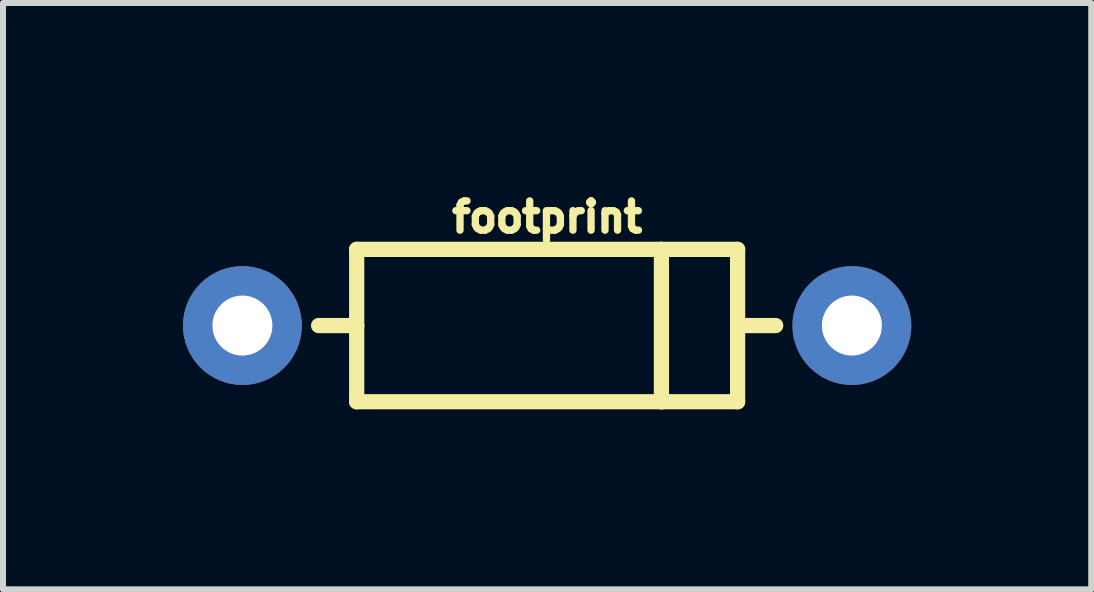
<source format=kicad_pcb>
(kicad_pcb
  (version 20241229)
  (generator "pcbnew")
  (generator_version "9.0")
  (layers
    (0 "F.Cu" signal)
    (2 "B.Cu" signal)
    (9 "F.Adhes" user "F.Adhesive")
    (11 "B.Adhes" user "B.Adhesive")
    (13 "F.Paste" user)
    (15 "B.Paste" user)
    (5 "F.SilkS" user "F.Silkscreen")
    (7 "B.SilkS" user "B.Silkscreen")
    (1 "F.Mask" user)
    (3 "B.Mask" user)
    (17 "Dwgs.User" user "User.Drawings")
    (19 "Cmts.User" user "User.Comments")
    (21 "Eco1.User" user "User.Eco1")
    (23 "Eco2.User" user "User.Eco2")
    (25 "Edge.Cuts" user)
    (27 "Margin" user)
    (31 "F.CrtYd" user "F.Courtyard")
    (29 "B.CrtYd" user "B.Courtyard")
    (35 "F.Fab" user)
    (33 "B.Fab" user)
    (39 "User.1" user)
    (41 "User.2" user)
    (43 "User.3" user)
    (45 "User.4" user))
  (footprint "footprint"
    (layer "F.Cu")
    (at 6.071 2.377)
    (property "Reference" "footprint" (at 0 -1.524 0) (layer "F.SilkS") (effects (font (size 0.488 0.488) (thickness 0.122)) (justify bottom)))
    (fp_line (start -3.175 -1.27) (end -3.175 0) (stroke (width 0.254) (type solid)) (layer "F.SilkS"))
    (fp_line (start -3.175 0) (end -3.81 0) (stroke (width 0.254) (type solid)) (layer "F.SilkS"))
    (fp_line (start -3.175 0) (end -3.175 1.27) (stroke (width 0.254) (type solid)) (layer "F.SilkS"))
    (fp_line (start -3.175 1.27) (end 1.905 1.27) (stroke (width 0.254) (type solid)) (layer "F.SilkS"))
    (fp_line (start 1.905 -1.27) (end -3.175 -1.27) (stroke (width 0.254) (type solid)) (layer "F.SilkS"))
    (fp_line (start 1.905 -1.27) (end 1.905 1.27) (stroke (width 0.254) (type solid)) (layer "F.SilkS"))
    (fp_line (start 1.905 1.27) (end 3.175 1.27) (stroke (width 0.254) (type solid)) (layer "F.SilkS"))
    (fp_line (start 3.175 -1.27) (end 1.905 -1.27) (stroke (width 0.254) (type solid)) (layer "F.SilkS"))
    (fp_line (start 3.175 0) (end 3.175 -1.27) (stroke (width 0.254) (type solid)) (layer "F.SilkS"))
    (fp_line (start 3.175 0) (end 3.81 0) (stroke (width 0.254) (type solid)) (layer "F.SilkS"))
    (fp_line (start 3.175 1.27) (end 3.175 0) (stroke (width 0.254) (type solid)) (layer "F.SilkS"))
    (pad "A" thru_hole circle (at -5.08 0) (size 1.981 1.981) (drill 1) (layers "*.Cu" "*.Mask"))
    (pad "C" thru_hole circle (at 5.08 0) (size 1.981 1.981) (drill 1) (layers "*.Cu" "*.Mask")))
  (gr_rect
    (start -3 -3)
    (end 15.141 6.774)
    (stroke (width 0.1) (type default))
    (fill no)
    (layer "Edge.Cuts")))
</source>
